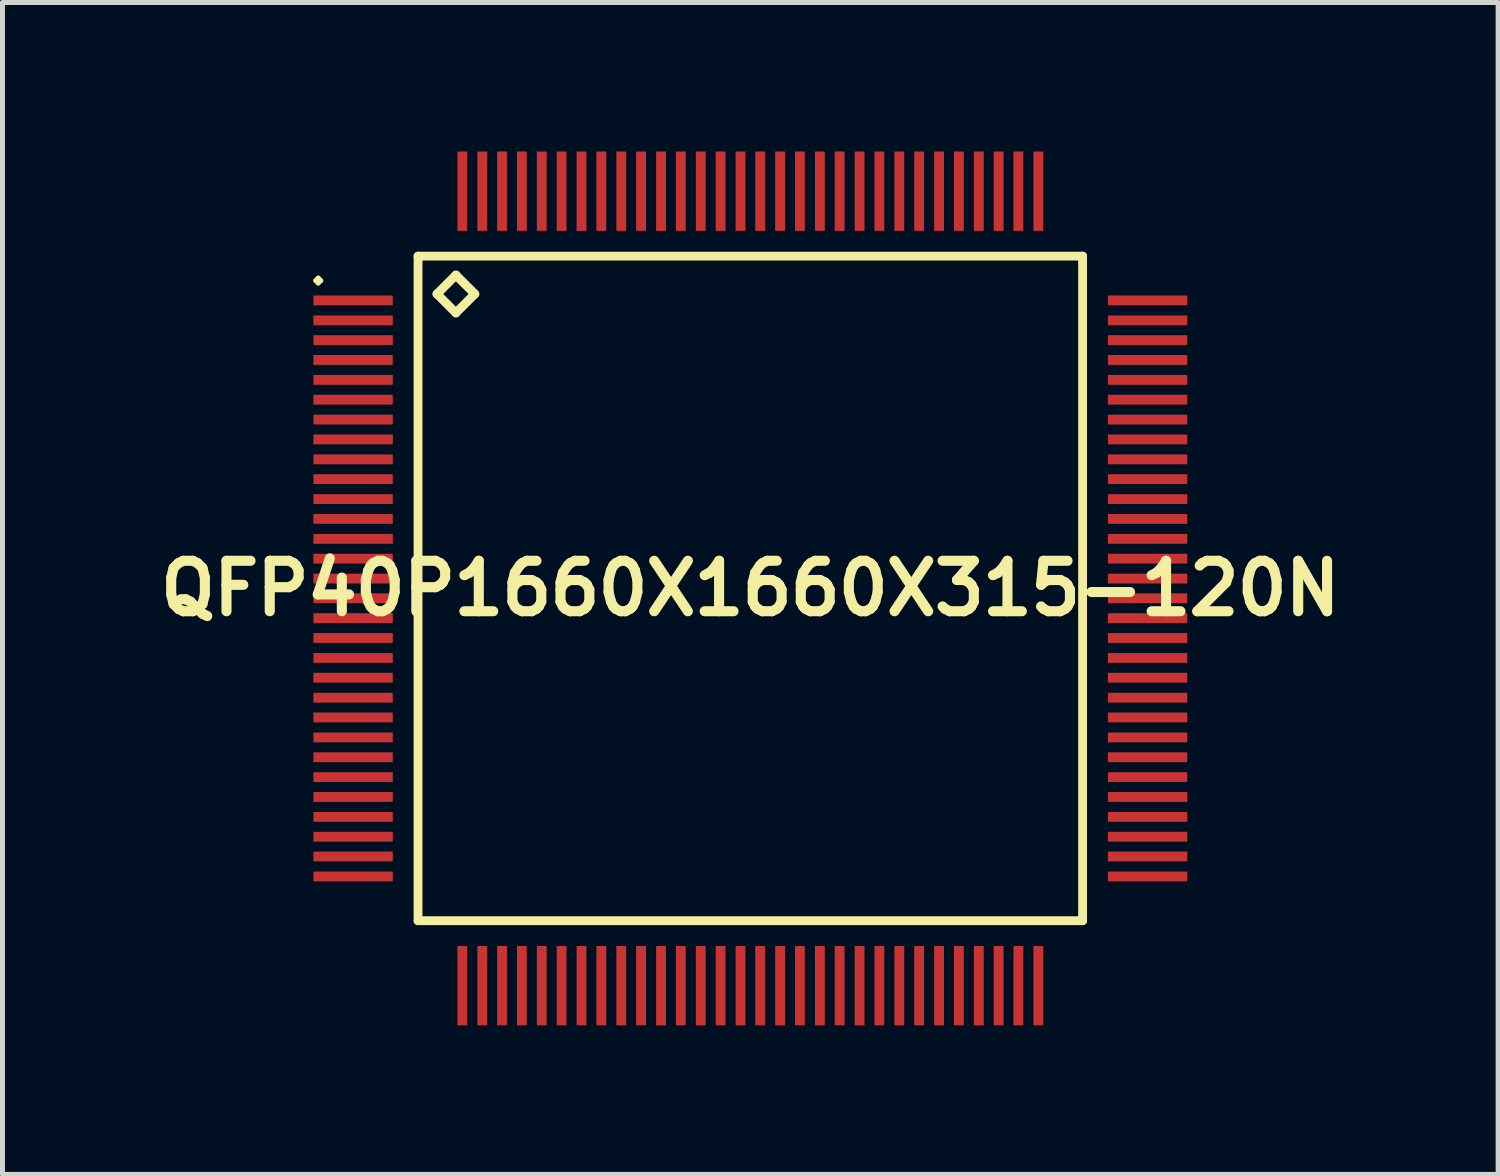
<source format=kicad_pcb>
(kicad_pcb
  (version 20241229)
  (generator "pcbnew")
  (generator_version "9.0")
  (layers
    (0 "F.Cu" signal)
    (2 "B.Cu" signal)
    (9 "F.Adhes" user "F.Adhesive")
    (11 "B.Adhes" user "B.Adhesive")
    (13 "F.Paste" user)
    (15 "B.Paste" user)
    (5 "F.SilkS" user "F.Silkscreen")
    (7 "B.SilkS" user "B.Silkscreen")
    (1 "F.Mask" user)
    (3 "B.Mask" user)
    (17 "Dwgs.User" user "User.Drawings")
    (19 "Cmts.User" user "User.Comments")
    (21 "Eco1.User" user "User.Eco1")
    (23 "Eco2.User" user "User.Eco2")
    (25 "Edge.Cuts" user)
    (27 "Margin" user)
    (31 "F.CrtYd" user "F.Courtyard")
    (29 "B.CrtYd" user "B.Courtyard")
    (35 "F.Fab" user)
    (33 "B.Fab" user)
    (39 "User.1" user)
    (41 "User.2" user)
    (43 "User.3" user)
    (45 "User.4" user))
  (footprint "QFP40P1660X1660X315-120N"
    (layer "F.Cu")
    (at 12.057 8.797)
    (property "Reference" "QFP40P1660X1660X315-120N" (at 0 0 0) (layer "F.SilkS") (effects (font (size 1.016 1.016) (thickness 0.203))))
    (attr smd)
    (fp_line (start -8.748 -6.198) (end -8.7 -6.248) (stroke (width 0.099) (type solid)) (layer "F.SilkS"))
    (fp_line (start -8.7 -6.248) (end -8.649 -6.198) (stroke (width 0.099) (type solid)) (layer "F.SilkS"))
    (fp_line (start -8.7 -6.149) (end -8.748 -6.198) (stroke (width 0.099) (type solid)) (layer "F.SilkS"))
    (fp_line (start -8.649 -6.198) (end -8.7 -6.149) (stroke (width 0.099) (type solid)) (layer "F.SilkS"))
    (fp_line (start -6.69 -6.69) (end -6.69 6.69) (stroke (width 0.178) (type solid)) (layer "F.SilkS"))
    (fp_line (start -6.69 6.69) (end 6.69 6.69) (stroke (width 0.178) (type solid)) (layer "F.SilkS"))
    (fp_line (start -6.309 -5.928) (end -5.928 -6.309) (stroke (width 0.178) (type solid)) (layer "F.SilkS"))
    (fp_line (start -5.928 -6.309) (end -5.547 -5.928) (stroke (width 0.178) (type solid)) (layer "F.SilkS"))
    (fp_line (start -5.928 -5.547) (end -6.309 -5.928) (stroke (width 0.178) (type solid)) (layer "F.SilkS"))
    (fp_line (start -5.547 -5.928) (end -5.928 -5.547) (stroke (width 0.178) (type solid)) (layer "F.SilkS"))
    (fp_line (start 6.69 -6.69) (end -6.69 -6.69) (stroke (width 0.178) (type solid)) (layer "F.SilkS"))
    (fp_line (start 6.69 6.69) (end 6.69 -6.69) (stroke (width 0.178) (type solid)) (layer "F.SilkS"))
    (pad "1" smd rect (at -7.998 -5.799) (size 1.598 0.198) (layers "F.Cu" "F.Mask" "F.Paste"))
    (pad "2" smd rect (at -7.998 -5.397) (size 1.598 0.198) (layers "F.Cu" "F.Mask" "F.Paste"))
    (pad "3" smd rect (at -7.998 -4.999) (size 1.598 0.198) (layers "F.Cu" "F.Mask" "F.Paste"))
    (pad "4" smd rect (at -7.998 -4.6) (size 1.598 0.198) (layers "F.Cu" "F.Mask" "F.Paste"))
    (pad "5" smd rect (at -7.998 -4.199) (size 1.598 0.198) (layers "F.Cu" "F.Mask" "F.Paste"))
    (pad "6" smd rect (at -7.998 -3.8) (size 1.598 0.198) (layers "F.Cu" "F.Mask" "F.Paste"))
    (pad "7" smd rect (at -7.998 -3.399) (size 1.598 0.198) (layers "F.Cu" "F.Mask" "F.Paste"))
    (pad "8" smd rect (at -7.998 -3) (size 1.598 0.198) (layers "F.Cu" "F.Mask" "F.Paste"))
    (pad "9" smd rect (at -7.998 -2.598) (size 1.598 0.198) (layers "F.Cu" "F.Mask" "F.Paste"))
    (pad "10" smd rect (at -7.998 -2.2) (size 1.598 0.198) (layers "F.Cu" "F.Mask" "F.Paste"))
    (pad "11" smd rect (at -7.998 -1.798) (size 1.598 0.198) (layers "F.Cu" "F.Mask" "F.Paste"))
    (pad "12" smd rect (at -7.998 -1.4) (size 1.598 0.198) (layers "F.Cu" "F.Mask" "F.Paste"))
    (pad "13" smd rect (at -7.998 -0.998) (size 1.598 0.198) (layers "F.Cu" "F.Mask" "F.Paste"))
    (pad "14" smd rect (at -7.998 -0.599) (size 1.598 0.198) (layers "F.Cu" "F.Mask" "F.Paste"))
    (pad "15" smd rect (at -7.998 -0.198) (size 1.598 0.198) (layers "F.Cu" "F.Mask" "F.Paste"))
    (pad "16" smd rect (at -7.998 0.198) (size 1.598 0.198) (layers "F.Cu" "F.Mask" "F.Paste"))
    (pad "17" smd rect (at -7.998 0.599) (size 1.598 0.198) (layers "F.Cu" "F.Mask" "F.Paste"))
    (pad "18" smd rect (at -7.998 0.998) (size 1.598 0.198) (layers "F.Cu" "F.Mask" "F.Paste"))
    (pad "19" smd rect (at -7.998 1.4) (size 1.598 0.198) (layers "F.Cu" "F.Mask" "F.Paste"))
    (pad "20" smd rect (at -7.998 1.798) (size 1.598 0.198) (layers "F.Cu" "F.Mask" "F.Paste"))
    (pad "21" smd rect (at -7.998 2.2) (size 1.598 0.198) (layers "F.Cu" "F.Mask" "F.Paste"))
    (pad "22" smd rect (at -7.998 2.598) (size 1.598 0.198) (layers "F.Cu" "F.Mask" "F.Paste"))
    (pad "23" smd rect (at -7.998 3) (size 1.598 0.198) (layers "F.Cu" "F.Mask" "F.Paste"))
    (pad "24" smd rect (at -7.998 3.399) (size 1.598 0.198) (layers "F.Cu" "F.Mask" "F.Paste"))
    (pad "25" smd rect (at -7.998 3.8) (size 1.598 0.198) (layers "F.Cu" "F.Mask" "F.Paste"))
    (pad "26" smd rect (at -7.998 4.199) (size 1.598 0.198) (layers "F.Cu" "F.Mask" "F.Paste"))
    (pad "27" smd rect (at -7.998 4.6) (size 1.598 0.198) (layers "F.Cu" "F.Mask" "F.Paste"))
    (pad "28" smd rect (at -7.998 4.999) (size 1.598 0.198) (layers "F.Cu" "F.Mask" "F.Paste"))
    (pad "29" smd rect (at -7.998 5.397) (size 1.598 0.198) (layers "F.Cu" "F.Mask" "F.Paste"))
    (pad "30" smd rect (at -7.998 5.799) (size 1.598 0.198) (layers "F.Cu" "F.Mask" "F.Paste"))
    (pad "31" smd rect (at -5.799 7.998) (size 0.198 1.598) (layers "F.Cu" "F.Mask" "F.Paste"))
    (pad "32" smd rect (at -5.397 7.998) (size 0.198 1.598) (layers "F.Cu" "F.Mask" "F.Paste"))
    (pad "33" smd rect (at -4.999 7.998) (size 0.198 1.598) (layers "F.Cu" "F.Mask" "F.Paste"))
    (pad "34" smd rect (at -4.6 7.998) (size 0.198 1.598) (layers "F.Cu" "F.Mask" "F.Paste"))
    (pad "35" smd rect (at -4.199 7.998) (size 0.198 1.598) (layers "F.Cu" "F.Mask" "F.Paste"))
    (pad "36" smd rect (at -3.8 7.998) (size 0.198 1.598) (layers "F.Cu" "F.Mask" "F.Paste"))
    (pad "37" smd rect (at -3.399 7.998) (size 0.198 1.598) (layers "F.Cu" "F.Mask" "F.Paste"))
    (pad "38" smd rect (at -3 7.998) (size 0.198 1.598) (layers "F.Cu" "F.Mask" "F.Paste"))
    (pad "39" smd rect (at -2.598 7.998) (size 0.198 1.598) (layers "F.Cu" "F.Mask" "F.Paste"))
    (pad "40" smd rect (at -2.2 7.998) (size 0.198 1.598) (layers "F.Cu" "F.Mask" "F.Paste"))
    (pad "41" smd rect (at -1.798 7.998) (size 0.198 1.598) (layers "F.Cu" "F.Mask" "F.Paste"))
    (pad "42" smd rect (at -1.4 7.998) (size 0.198 1.598) (layers "F.Cu" "F.Mask" "F.Paste"))
    (pad "43" smd rect (at -0.998 7.998) (size 0.198 1.598) (layers "F.Cu" "F.Mask" "F.Paste"))
    (pad "44" smd rect (at -0.599 7.998) (size 0.198 1.598) (layers "F.Cu" "F.Mask" "F.Paste"))
    (pad "45" smd rect (at -0.198 7.998) (size 0.198 1.598) (layers "F.Cu" "F.Mask" "F.Paste"))
    (pad "46" smd rect (at 0.198 7.998) (size 0.198 1.598) (layers "F.Cu" "F.Mask" "F.Paste"))
    (pad "47" smd rect (at 0.599 7.998) (size 0.198 1.598) (layers "F.Cu" "F.Mask" "F.Paste"))
    (pad "48" smd rect (at 0.998 7.998) (size 0.198 1.598) (layers "F.Cu" "F.Mask" "F.Paste"))
    (pad "49" smd rect (at 1.4 7.998) (size 0.198 1.598) (layers "F.Cu" "F.Mask" "F.Paste"))
    (pad "50" smd rect (at 1.798 7.998) (size 0.198 1.598) (layers "F.Cu" "F.Mask" "F.Paste"))
    (pad "51" smd rect (at 2.2 7.998) (size 0.198 1.598) (layers "F.Cu" "F.Mask" "F.Paste"))
    (pad "52" smd rect (at 2.598 7.998) (size 0.198 1.598) (layers "F.Cu" "F.Mask" "F.Paste"))
    (pad "53" smd rect (at 3 7.998) (size 0.198 1.598) (layers "F.Cu" "F.Mask" "F.Paste"))
    (pad "54" smd rect (at 3.399 7.998) (size 0.198 1.598) (layers "F.Cu" "F.Mask" "F.Paste"))
    (pad "55" smd rect (at 3.8 7.998) (size 0.198 1.598) (layers "F.Cu" "F.Mask" "F.Paste"))
    (pad "56" smd rect (at 4.199 7.998) (size 0.198 1.598) (layers "F.Cu" "F.Mask" "F.Paste"))
    (pad "57" smd rect (at 4.6 7.998) (size 0.198 1.598) (layers "F.Cu" "F.Mask" "F.Paste"))
    (pad "58" smd rect (at 4.999 7.998) (size 0.198 1.598) (layers "F.Cu" "F.Mask" "F.Paste"))
    (pad "59" smd rect (at 5.397 7.998) (size 0.198 1.598) (layers "F.Cu" "F.Mask" "F.Paste"))
    (pad "60" smd rect (at 5.799 7.998) (size 0.198 1.598) (layers "F.Cu" "F.Mask" "F.Paste"))
    (pad "61" smd rect (at 7.998 5.799) (size 1.598 0.198) (layers "F.Cu" "F.Mask" "F.Paste"))
    (pad "62" smd rect (at 7.998 5.397) (size 1.598 0.198) (layers "F.Cu" "F.Mask" "F.Paste"))
    (pad "63" smd rect (at 7.998 4.999) (size 1.598 0.198) (layers "F.Cu" "F.Mask" "F.Paste"))
    (pad "64" smd rect (at 7.998 4.6) (size 1.598 0.198) (layers "F.Cu" "F.Mask" "F.Paste"))
    (pad "65" smd rect (at 7.998 4.199) (size 1.598 0.198) (layers "F.Cu" "F.Mask" "F.Paste"))
    (pad "66" smd rect (at 7.998 3.8) (size 1.598 0.198) (layers "F.Cu" "F.Mask" "F.Paste"))
    (pad "67" smd rect (at 7.998 3.399) (size 1.598 0.198) (layers "F.Cu" "F.Mask" "F.Paste"))
    (pad "68" smd rect (at 7.998 3) (size 1.598 0.198) (layers "F.Cu" "F.Mask" "F.Paste"))
    (pad "69" smd rect (at 7.998 2.598) (size 1.598 0.198) (layers "F.Cu" "F.Mask" "F.Paste"))
    (pad "70" smd rect (at 7.998 2.2) (size 1.598 0.198) (layers "F.Cu" "F.Mask" "F.Paste"))
    (pad "71" smd rect (at 7.998 1.798) (size 1.598 0.198) (layers "F.Cu" "F.Mask" "F.Paste"))
    (pad "72" smd rect (at 7.998 1.4) (size 1.598 0.198) (layers "F.Cu" "F.Mask" "F.Paste"))
    (pad "73" smd rect (at 7.998 0.998) (size 1.598 0.198) (layers "F.Cu" "F.Mask" "F.Paste"))
    (pad "74" smd rect (at 7.998 0.599) (size 1.598 0.198) (layers "F.Cu" "F.Mask" "F.Paste"))
    (pad "75" smd rect (at 7.998 0.198) (size 1.598 0.198) (layers "F.Cu" "F.Mask" "F.Paste"))
    (pad "76" smd rect (at 7.998 -0.198) (size 1.598 0.198) (layers "F.Cu" "F.Mask" "F.Paste"))
    (pad "77" smd rect (at 7.998 -0.599) (size 1.598 0.198) (layers "F.Cu" "F.Mask" "F.Paste"))
    (pad "78" smd rect (at 7.998 -0.998) (size 1.598 0.198) (layers "F.Cu" "F.Mask" "F.Paste"))
    (pad "79" smd rect (at 7.998 -1.4) (size 1.598 0.198) (layers "F.Cu" "F.Mask" "F.Paste"))
    (pad "80" smd rect (at 7.998 -1.798) (size 1.598 0.198) (layers "F.Cu" "F.Mask" "F.Paste"))
    (pad "81" smd rect (at 7.998 -2.2) (size 1.598 0.198) (layers "F.Cu" "F.Mask" "F.Paste"))
    (pad "82" smd rect (at 7.998 -2.598) (size 1.598 0.198) (layers "F.Cu" "F.Mask" "F.Paste"))
    (pad "83" smd rect (at 7.998 -3) (size 1.598 0.198) (layers "F.Cu" "F.Mask" "F.Paste"))
    (pad "84" smd rect (at 7.998 -3.399) (size 1.598 0.198) (layers "F.Cu" "F.Mask" "F.Paste"))
    (pad "85" smd rect (at 7.998 -3.8) (size 1.598 0.198) (layers "F.Cu" "F.Mask" "F.Paste"))
    (pad "86" smd rect (at 7.998 -4.199) (size 1.598 0.198) (layers "F.Cu" "F.Mask" "F.Paste"))
    (pad "87" smd rect (at 7.998 -4.6) (size 1.598 0.198) (layers "F.Cu" "F.Mask" "F.Paste"))
    (pad "88" smd rect (at 7.998 -4.999) (size 1.598 0.198) (layers "F.Cu" "F.Mask" "F.Paste"))
    (pad "89" smd rect (at 7.998 -5.397) (size 1.598 0.198) (layers "F.Cu" "F.Mask" "F.Paste"))
    (pad "90" smd rect (at 7.998 -5.799) (size 1.598 0.198) (layers "F.Cu" "F.Mask" "F.Paste"))
    (pad "91" smd rect (at 5.799 -7.998) (size 0.198 1.598) (layers "F.Cu" "F.Mask" "F.Paste"))
    (pad "92" smd rect (at 5.397 -7.998) (size 0.198 1.598) (layers "F.Cu" "F.Mask" "F.Paste"))
    (pad "93" smd rect (at 4.999 -7.998) (size 0.198 1.598) (layers "F.Cu" "F.Mask" "F.Paste"))
    (pad "94" smd rect (at 4.6 -7.998) (size 0.198 1.598) (layers "F.Cu" "F.Mask" "F.Paste"))
    (pad "95" smd rect (at 4.199 -7.998) (size 0.198 1.598) (layers "F.Cu" "F.Mask" "F.Paste"))
    (pad "96" smd rect (at 3.8 -7.998) (size 0.198 1.598) (layers "F.Cu" "F.Mask" "F.Paste"))
    (pad "97" smd rect (at 3.399 -7.998) (size 0.198 1.598) (layers "F.Cu" "F.Mask" "F.Paste"))
    (pad "98" smd rect (at 3 -7.998) (size 0.198 1.598) (layers "F.Cu" "F.Mask" "F.Paste"))
    (pad "99" smd rect (at 2.598 -7.998) (size 0.198 1.598) (layers "F.Cu" "F.Mask" "F.Paste"))
    (pad "100" smd rect (at 2.2 -7.998) (size 0.198 1.598) (layers "F.Cu" "F.Mask" "F.Paste"))
    (pad "101" smd rect (at 1.798 -7.998) (size 0.198 1.598) (layers "F.Cu" "F.Mask" "F.Paste"))
    (pad "102" smd rect (at 1.4 -7.998) (size 0.198 1.598) (layers "F.Cu" "F.Mask" "F.Paste"))
    (pad "103" smd rect (at 0.998 -7.998) (size 0.198 1.598) (layers "F.Cu" "F.Mask" "F.Paste"))
    (pad "104" smd rect (at 0.599 -7.998) (size 0.198 1.598) (layers "F.Cu" "F.Mask" "F.Paste"))
    (pad "105" smd rect (at 0.198 -7.998) (size 0.198 1.598) (layers "F.Cu" "F.Mask" "F.Paste"))
    (pad "106" smd rect (at -0.198 -7.998) (size 0.198 1.598) (layers "F.Cu" "F.Mask" "F.Paste"))
    (pad "107" smd rect (at -0.599 -7.998) (size 0.198 1.598) (layers "F.Cu" "F.Mask" "F.Paste"))
    (pad "108" smd rect (at -0.998 -7.998) (size 0.198 1.598) (layers "F.Cu" "F.Mask" "F.Paste"))
    (pad "109" smd rect (at -1.4 -7.998) (size 0.198 1.598) (layers "F.Cu" "F.Mask" "F.Paste"))
    (pad "110" smd rect (at -1.798 -7.998) (size 0.198 1.598) (layers "F.Cu" "F.Mask" "F.Paste"))
    (pad "111" smd rect (at -2.2 -7.998) (size 0.198 1.598) (layers "F.Cu" "F.Mask" "F.Paste"))
    (pad "112" smd rect (at -2.598 -7.998) (size 0.198 1.598) (layers "F.Cu" "F.Mask" "F.Paste"))
    (pad "113" smd rect (at -3 -7.998) (size 0.198 1.598) (layers "F.Cu" "F.Mask" "F.Paste"))
    (pad "114" smd rect (at -3.399 -7.998) (size 0.198 1.598) (layers "F.Cu" "F.Mask" "F.Paste"))
    (pad "115" smd rect (at -3.8 -7.998) (size 0.198 1.598) (layers "F.Cu" "F.Mask" "F.Paste"))
    (pad "116" smd rect (at -4.199 -7.998) (size 0.198 1.598) (layers "F.Cu" "F.Mask" "F.Paste"))
    (pad "117" smd rect (at -4.6 -7.998) (size 0.198 1.598) (layers "F.Cu" "F.Mask" "F.Paste"))
    (pad "118" smd rect (at -4.999 -7.998) (size 0.198 1.598) (layers "F.Cu" "F.Mask" "F.Paste"))
    (pad "119" smd rect (at -5.397 -7.998) (size 0.198 1.598) (layers "F.Cu" "F.Mask" "F.Paste"))
    (pad "120" smd rect (at -5.799 -7.998) (size 0.198 1.598) (layers "F.Cu" "F.Mask" "F.Paste")))
  (gr_rect
    (start -3 -3)
    (end 27.113 20.595)
    (stroke (width 0.1) (type default))
    (fill no)
    (layer "Edge.Cuts")))
</source>
